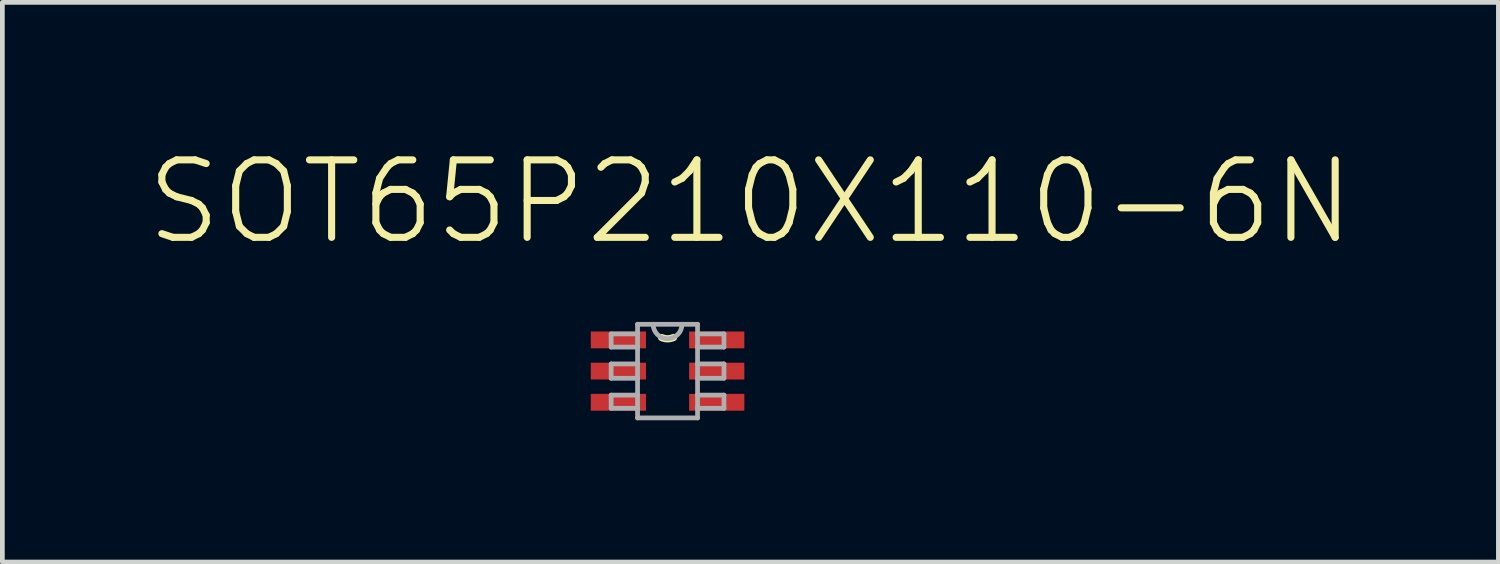
<source format=kicad_pcb>
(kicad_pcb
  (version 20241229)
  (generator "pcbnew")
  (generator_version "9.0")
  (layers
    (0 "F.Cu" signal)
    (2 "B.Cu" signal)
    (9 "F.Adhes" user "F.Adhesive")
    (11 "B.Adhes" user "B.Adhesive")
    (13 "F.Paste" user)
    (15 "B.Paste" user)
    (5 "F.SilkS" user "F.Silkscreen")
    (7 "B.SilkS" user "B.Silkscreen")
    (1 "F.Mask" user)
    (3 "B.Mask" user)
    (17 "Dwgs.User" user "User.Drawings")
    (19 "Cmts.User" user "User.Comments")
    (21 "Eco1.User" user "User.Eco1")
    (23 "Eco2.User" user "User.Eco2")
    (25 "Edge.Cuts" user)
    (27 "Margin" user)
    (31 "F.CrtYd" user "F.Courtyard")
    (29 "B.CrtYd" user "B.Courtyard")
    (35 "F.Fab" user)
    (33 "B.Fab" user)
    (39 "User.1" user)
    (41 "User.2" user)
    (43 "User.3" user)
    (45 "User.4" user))
  (footprint "SOT65P210X110-6N"
    (layer "F.Cu")
    (at 11.08 4.805)
    (property "Reference" "SOT65P210X110-6N" (at 1.753 -3.582 0) (layer "F.SilkS") (effects (font (size 1.64 1.64) (thickness 0.15))))
    (attr smd)
    (fp_arc (start 0.127 -0.7112) (mid 0 -0.683626) (end -0.127 -0.7112) (stroke (width 0.1524) (type solid)) (layer "F.SilkS"))
    (fp_line (start -1.194 -0.787) (end -1.194 -0.508) (stroke (width 0.1) (type solid)) (layer "F.Fab"))
    (fp_line (start -1.194 -0.508) (end -0.635 -0.508) (stroke (width 0.1) (type solid)) (layer "F.Fab"))
    (fp_line (start -1.194 -0.152) (end -1.194 0.152) (stroke (width 0.1) (type solid)) (layer "F.Fab"))
    (fp_line (start -1.194 0.152) (end -0.635 0.152) (stroke (width 0.1) (type solid)) (layer "F.Fab"))
    (fp_line (start -1.194 0.508) (end -1.194 0.787) (stroke (width 0.1) (type solid)) (layer "F.Fab"))
    (fp_line (start -1.194 0.787) (end -0.635 0.787) (stroke (width 0.1) (type solid)) (layer "F.Fab"))
    (fp_line (start -0.635 -0.991) (end -0.635 -0.787) (stroke (width 0.1) (type solid)) (layer "F.Fab"))
    (fp_line (start -0.635 -0.787) (end -1.194 -0.787) (stroke (width 0.1) (type solid)) (layer "F.Fab"))
    (fp_line (start -0.635 -0.787) (end -0.635 -0.508) (stroke (width 0.1) (type solid)) (layer "F.Fab"))
    (fp_line (start -0.635 -0.508) (end -0.635 -0.152) (stroke (width 0.1) (type solid)) (layer "F.Fab"))
    (fp_line (start -0.635 -0.152) (end -1.194 -0.152) (stroke (width 0.1) (type solid)) (layer "F.Fab"))
    (fp_line (start -0.635 -0.152) (end -0.635 0.152) (stroke (width 0.1) (type solid)) (layer "F.Fab"))
    (fp_line (start -0.635 0.152) (end -0.635 0.508) (stroke (width 0.1) (type solid)) (layer "F.Fab"))
    (fp_line (start -0.635 0.508) (end -1.194 0.508) (stroke (width 0.1) (type solid)) (layer "F.Fab"))
    (fp_line (start -0.635 0.787) (end -0.635 0.508) (stroke (width 0.1) (type solid)) (layer "F.Fab"))
    (fp_line (start -0.635 0.991) (end -0.635 0.787) (stroke (width 0.1) (type solid)) (layer "F.Fab"))
    (fp_line (start -0.635 0.991) (end 0.635 0.991) (stroke (width 0.1) (type solid)) (layer "F.Fab"))
    (fp_line (start -0.305 -0.991) (end -0.635 -0.991) (stroke (width 0.1) (type solid)) (layer "F.Fab"))
    (fp_line (start 0.305 -0.991) (end -0.305 -0.991) (stroke (width 0.1) (type solid)) (layer "F.Fab"))
    (fp_line (start 0.635 -0.991) (end 0.305 -0.991) (stroke (width 0.1) (type solid)) (layer "F.Fab"))
    (fp_line (start 0.635 -0.991) (end 0.635 -0.787) (stroke (width 0.1) (type solid)) (layer "F.Fab"))
    (fp_line (start 0.635 -0.787) (end 0.635 -0.508) (stroke (width 0.1) (type solid)) (layer "F.Fab"))
    (fp_line (start 0.635 -0.508) (end 1.194 -0.508) (stroke (width 0.1) (type solid)) (layer "F.Fab"))
    (fp_line (start 0.635 -0.152) (end 0.635 -0.508) (stroke (width 0.1) (type solid)) (layer "F.Fab"))
    (fp_line (start 0.635 0.152) (end 0.635 -0.152) (stroke (width 0.1) (type solid)) (layer "F.Fab"))
    (fp_line (start 0.635 0.152) (end 1.194 0.152) (stroke (width 0.1) (type solid)) (layer "F.Fab"))
    (fp_line (start 0.635 0.508) (end 0.635 0.152) (stroke (width 0.1) (type solid)) (layer "F.Fab"))
    (fp_line (start 0.635 0.787) (end 0.635 0.508) (stroke (width 0.1) (type solid)) (layer "F.Fab"))
    (fp_line (start 0.635 0.787) (end 1.194 0.787) (stroke (width 0.1) (type solid)) (layer "F.Fab"))
    (fp_line (start 0.635 0.991) (end 0.635 0.787) (stroke (width 0.1) (type solid)) (layer "F.Fab"))
    (fp_line (start 1.194 -0.787) (end 0.635 -0.787) (stroke (width 0.1) (type solid)) (layer "F.Fab"))
    (fp_line (start 1.194 -0.508) (end 1.194 -0.787) (stroke (width 0.1) (type solid)) (layer "F.Fab"))
    (fp_line (start 1.194 -0.152) (end 0.635 -0.152) (stroke (width 0.1) (type solid)) (layer "F.Fab"))
    (fp_line (start 1.194 0.152) (end 1.194 -0.152) (stroke (width 0.1) (type solid)) (layer "F.Fab"))
    (fp_line (start 1.194 0.508) (end 0.635 0.508) (stroke (width 0.1) (type solid)) (layer "F.Fab"))
    (fp_line (start 1.194 0.787) (end 1.194 0.508) (stroke (width 0.1) (type solid)) (layer "F.Fab"))
    (fp_arc (start 0.3048 -0.9906) (mid 0 -0.6858) (end -0.3048 -0.9906) (stroke (width 0.1) (type solid)) (layer "F.Fab"))
    (pad "1" smd rect (at -1.041 -0.66) (size 1.168 0.356) (layers "F.Cu" "F.Mask" "F.Paste"))
    (pad "2" smd rect (at -1.041 0) (size 1.168 0.356) (layers "F.Cu" "F.Mask" "F.Paste"))
    (pad "3" smd rect (at -1.041 0.66) (size 1.168 0.356) (layers "F.Cu" "F.Mask" "F.Paste"))
    (pad "4" smd rect (at 1.041 0.66) (size 1.168 0.356) (layers "F.Cu" "F.Mask" "F.Paste"))
    (pad "5" smd rect (at 1.041 0) (size 1.168 0.356) (layers "F.Cu" "F.Mask" "F.Paste"))
    (pad "6" smd rect (at 1.041 -0.66) (size 1.168 0.356) (layers "F.Cu" "F.Mask" "F.Paste")))
  (gr_rect
    (start -3 -3)
    (end 28.666 8.846)
    (stroke (width 0.1) (type default))
    (fill no)
    (layer "Edge.Cuts")))
</source>
